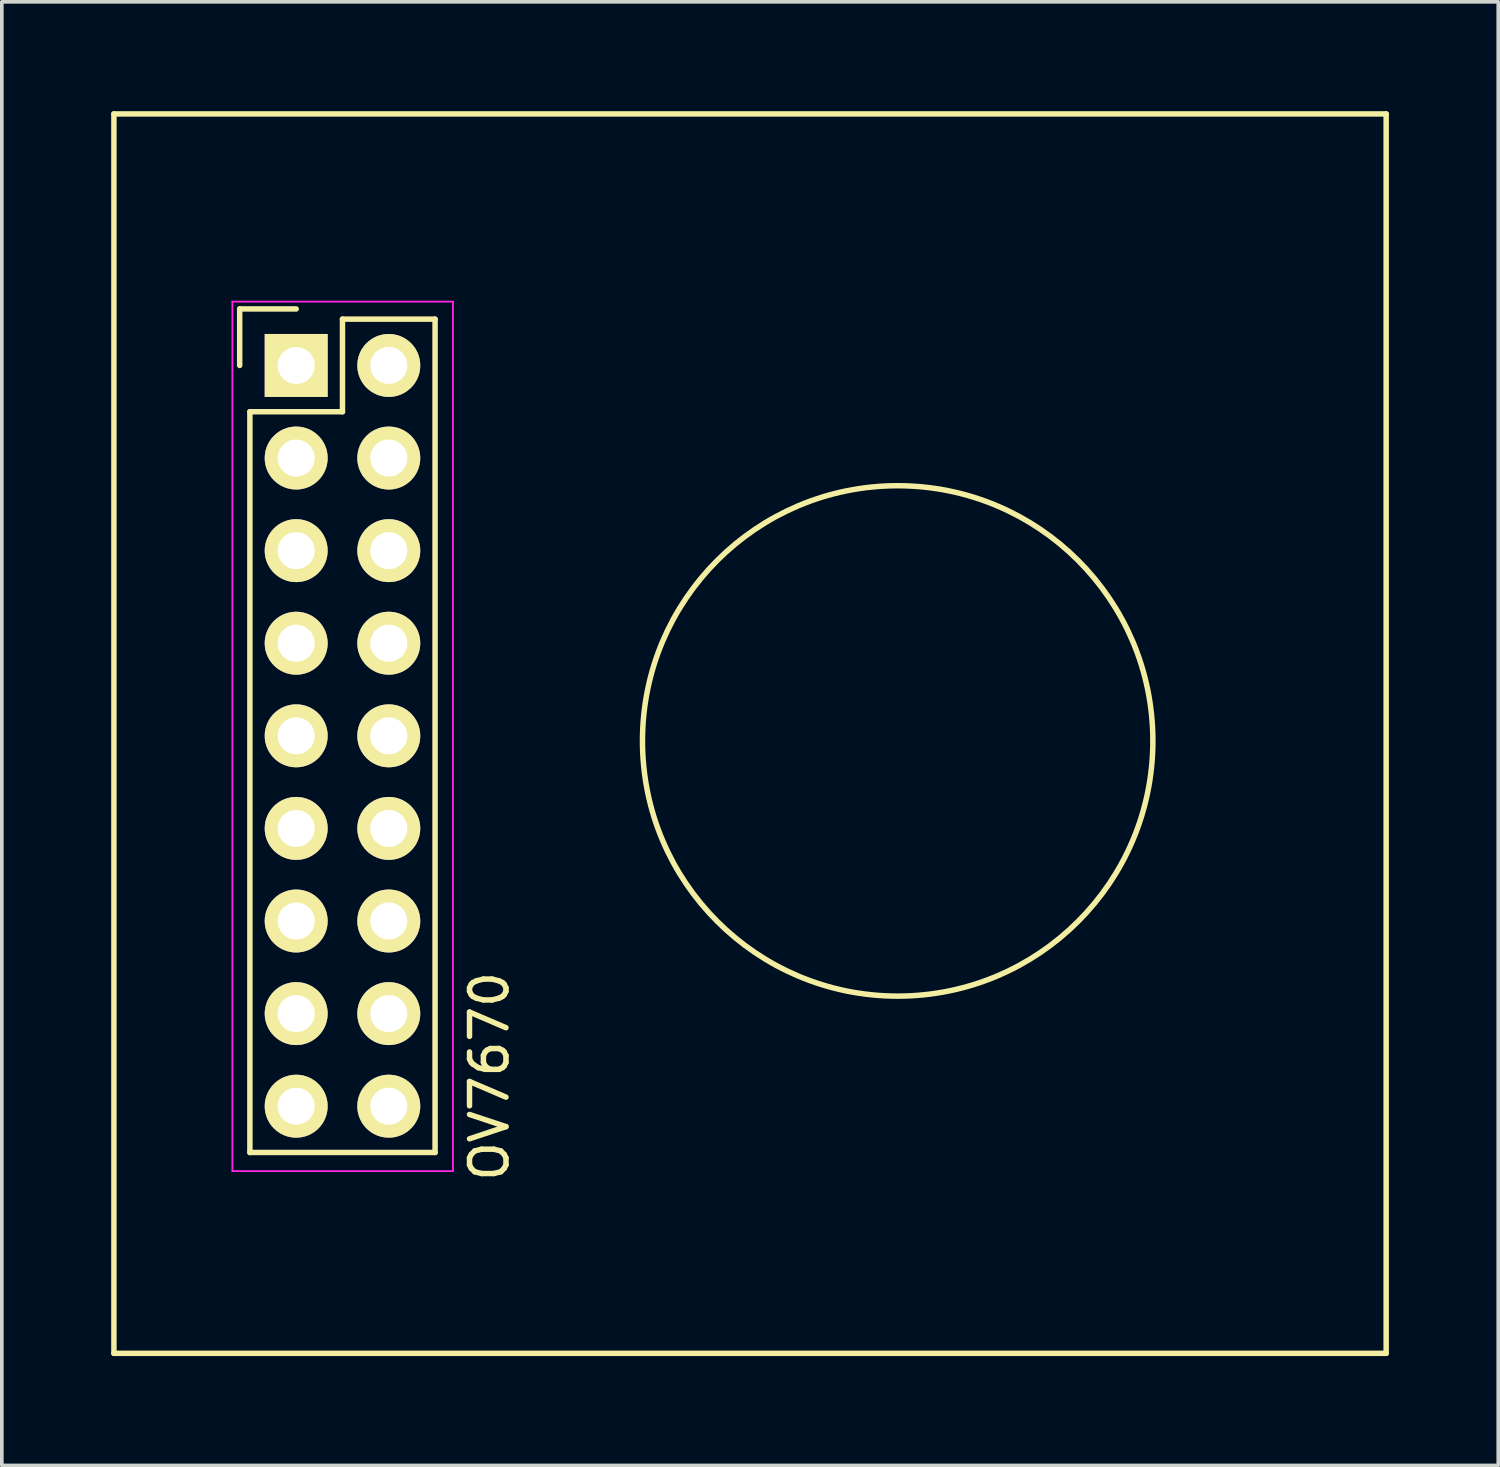
<source format=kicad_pcb>
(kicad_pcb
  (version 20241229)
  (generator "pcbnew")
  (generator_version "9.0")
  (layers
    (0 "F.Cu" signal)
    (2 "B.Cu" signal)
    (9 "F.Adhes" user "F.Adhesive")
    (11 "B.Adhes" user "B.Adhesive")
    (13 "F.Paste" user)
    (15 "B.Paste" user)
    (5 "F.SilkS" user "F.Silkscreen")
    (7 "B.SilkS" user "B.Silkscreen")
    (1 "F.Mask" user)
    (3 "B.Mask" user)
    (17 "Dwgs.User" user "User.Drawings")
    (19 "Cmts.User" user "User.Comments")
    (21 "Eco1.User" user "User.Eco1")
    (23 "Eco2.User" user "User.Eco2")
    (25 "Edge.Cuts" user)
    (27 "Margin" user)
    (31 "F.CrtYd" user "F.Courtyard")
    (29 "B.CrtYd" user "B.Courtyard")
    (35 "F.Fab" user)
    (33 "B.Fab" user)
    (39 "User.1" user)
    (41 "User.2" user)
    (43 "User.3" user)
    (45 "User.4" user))
  (footprint "OV7670"
    (layer "F.Cu")
    (at 5.075 6.975)
    (property "Reference" "OV7670" (at 5.3 19.5 270) (layer "F.SilkS") (effects (font (size 1 1) (thickness 0.15))))
    (attr through_hole)
    (fp_line (start -5 -6.9) (end -5 27.1) (stroke (width 0.15) (type solid)) (layer "F.SilkS"))
    (fp_line (start -5 27.1) (end 29.9 27.1) (stroke (width 0.15) (type solid)) (layer "F.SilkS"))
    (fp_line (start -1.55 -1.55) (end -1.55 0) (stroke (width 0.15) (type solid)) (layer "F.SilkS"))
    (fp_line (start -1.27 1.27) (end -1.27 21.59) (stroke (width 0.15) (type solid)) (layer "F.SilkS"))
    (fp_line (start 0 -1.55) (end -1.55 -1.55) (stroke (width 0.15) (type solid)) (layer "F.SilkS"))
    (fp_line (start 1.27 -1.27) (end 1.27 1.27) (stroke (width 0.15) (type solid)) (layer "F.SilkS"))
    (fp_line (start 1.27 1.27) (end -1.27 1.27) (stroke (width 0.15) (type solid)) (layer "F.SilkS"))
    (fp_line (start 3.81 -1.27) (end 1.27 -1.27) (stroke (width 0.15) (type solid)) (layer "F.SilkS"))
    (fp_line (start 3.81 21.59) (end -1.27 21.59) (stroke (width 0.15) (type solid)) (layer "F.SilkS"))
    (fp_line (start 3.81 21.59) (end 3.81 -1.27) (stroke (width 0.15) (type solid)) (layer "F.SilkS"))
    (fp_line (start 29.9 -6.9) (end -5 -6.9) (stroke (width 0.15) (type solid)) (layer "F.SilkS"))
    (fp_line (start 29.9 27.1) (end 29.9 -6.9) (stroke (width 0.15) (type solid)) (layer "F.SilkS"))
    (fp_circle (center 16.5 10.3) (end 16.6 17.3) (stroke (width 0.15) (type solid)) (fill no) (layer "F.SilkS"))
    (fp_line (start -1.75 -1.75) (end -1.75 22.1) (stroke (width 0.05) (type solid)) (layer "F.CrtYd"))
    (fp_line (start -1.75 -1.75) (end 4.3 -1.75) (stroke (width 0.05) (type solid)) (layer "F.CrtYd"))
    (fp_line (start -1.75 22.1) (end 4.3 22.1) (stroke (width 0.05) (type solid)) (layer "F.CrtYd"))
    (fp_line (start 4.3 -1.75) (end 4.3 22.1) (stroke (width 0.05) (type solid)) (layer "F.CrtYd"))
    (pad "1" thru_hole rect (at 0 0) (size 1.727 1.727) (drill 1.016) (layers "*.Cu" "*.Mask" "F.SilkS"))
    (pad "2" thru_hole oval (at 2.54 0) (size 1.727 1.727) (drill 1.016) (layers "*.Cu" "*.Mask" "F.SilkS"))
    (pad "3" thru_hole oval (at 0 2.54) (size 1.727 1.727) (drill 1.016) (layers "*.Cu" "*.Mask" "F.SilkS"))
    (pad "4" thru_hole oval (at 2.54 2.54) (size 1.727 1.727) (drill 1.016) (layers "*.Cu" "*.Mask" "F.SilkS"))
    (pad "5" thru_hole oval (at 0 5.08) (size 1.727 1.727) (drill 1.016) (layers "*.Cu" "*.Mask" "F.SilkS"))
    (pad "6" thru_hole oval (at 2.54 5.08) (size 1.727 1.727) (drill 1.016) (layers "*.Cu" "*.Mask" "F.SilkS"))
    (pad "7" thru_hole oval (at 0 7.62) (size 1.727 1.727) (drill 1.016) (layers "*.Cu" "*.Mask" "F.SilkS"))
    (pad "8" thru_hole oval (at 2.54 7.62) (size 1.727 1.727) (drill 1.016) (layers "*.Cu" "*.Mask" "F.SilkS"))
    (pad "9" thru_hole oval (at 0 10.16) (size 1.727 1.727) (drill 1.016) (layers "*.Cu" "*.Mask" "F.SilkS"))
    (pad "10" thru_hole oval (at 2.54 10.16) (size 1.727 1.727) (drill 1.016) (layers "*.Cu" "*.Mask" "F.SilkS"))
    (pad "11" thru_hole oval (at 0 12.7) (size 1.727 1.727) (drill 1.016) (layers "*.Cu" "*.Mask" "F.SilkS"))
    (pad "12" thru_hole oval (at 2.54 12.7) (size 1.727 1.727) (drill 1.016) (layers "*.Cu" "*.Mask" "F.SilkS"))
    (pad "13" thru_hole oval (at 0 15.24) (size 1.727 1.727) (drill 1.016) (layers "*.Cu" "*.Mask" "F.SilkS"))
    (pad "14" thru_hole oval (at 2.54 15.24) (size 1.727 1.727) (drill 1.016) (layers "*.Cu" "*.Mask" "F.SilkS"))
    (pad "15" thru_hole oval (at 0 17.78) (size 1.727 1.727) (drill 1.016) (layers "*.Cu" "*.Mask" "F.SilkS"))
    (pad "16" thru_hole oval (at 2.54 17.78) (size 1.727 1.727) (drill 1.016) (layers "*.Cu" "*.Mask" "F.SilkS"))
    (pad "17" thru_hole oval (at 0 20.32) (size 1.727 1.727) (drill 1.016) (layers "*.Cu" "*.Mask" "F.SilkS"))
    (pad "18" thru_hole oval (at 2.54 20.32) (size 1.727 1.727) (drill 1.016) (layers "*.Cu" "*.Mask" "F.SilkS")))
  (gr_rect
    (start -3 -3)
    (end 38.05 37.15)
    (stroke (width 0.1) (type default))
    (fill no)
    (layer "Edge.Cuts")))
</source>
